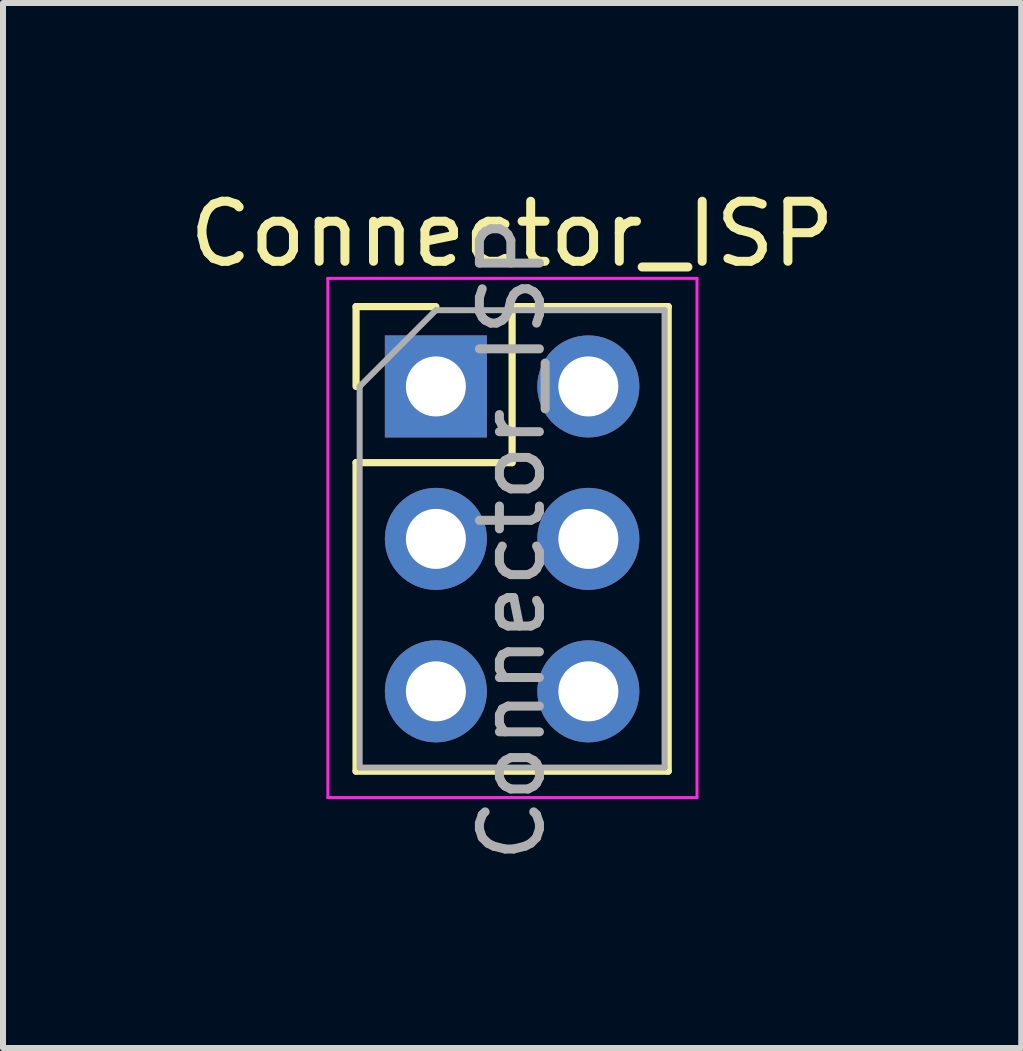
<source format=kicad_pcb>
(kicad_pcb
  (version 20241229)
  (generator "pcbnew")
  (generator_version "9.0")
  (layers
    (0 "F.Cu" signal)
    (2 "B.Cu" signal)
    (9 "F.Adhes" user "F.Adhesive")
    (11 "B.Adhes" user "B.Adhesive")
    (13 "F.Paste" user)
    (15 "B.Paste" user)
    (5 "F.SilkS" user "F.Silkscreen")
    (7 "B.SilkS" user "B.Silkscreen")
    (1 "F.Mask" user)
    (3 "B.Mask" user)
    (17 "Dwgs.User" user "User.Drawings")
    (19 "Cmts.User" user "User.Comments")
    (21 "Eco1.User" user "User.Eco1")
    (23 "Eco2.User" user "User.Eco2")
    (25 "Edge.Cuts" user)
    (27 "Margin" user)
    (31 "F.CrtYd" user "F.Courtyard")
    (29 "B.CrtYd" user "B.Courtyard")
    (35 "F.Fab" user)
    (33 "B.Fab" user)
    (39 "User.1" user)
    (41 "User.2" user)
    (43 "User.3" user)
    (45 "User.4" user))
  (footprint "Connector_ISP"
    (layer "F.Cu")
    (at 5.482 5.928)
    (property "Reference" "Connector_ISP" (at 0 -5.08 0) (layer "F.SilkS") (effects (font (size 1 1) (thickness 0.15))))
    (attr through_hole)
    (fp_line (start -2.6 -3.87) (end -1.27 -3.87) (stroke (width 0.12) (type solid)) (layer "F.SilkS"))
    (fp_line (start -2.6 -2.54) (end -2.6 -3.87) (stroke (width 0.12) (type solid)) (layer "F.SilkS"))
    (fp_line (start -2.6 -1.27) (end -2.6 3.87) (stroke (width 0.12) (type solid)) (layer "F.SilkS"))
    (fp_line (start -2.6 -1.27) (end 0 -1.27) (stroke (width 0.12) (type solid)) (layer "F.SilkS"))
    (fp_line (start -2.6 3.87) (end 2.6 3.87) (stroke (width 0.12) (type solid)) (layer "F.SilkS"))
    (fp_line (start 0 -3.87) (end 2.6 -3.87) (stroke (width 0.12) (type solid)) (layer "F.SilkS"))
    (fp_line (start 0 -1.27) (end 0 -3.87) (stroke (width 0.12) (type solid)) (layer "F.SilkS"))
    (fp_line (start 2.6 -3.87) (end 2.6 3.87) (stroke (width 0.12) (type solid)) (layer "F.SilkS"))
    (fp_line (start -3.07 -4.34) (end -3.07 4.31) (stroke (width 0.05) (type solid)) (layer "F.CrtYd"))
    (fp_line (start -3.07 4.31) (end 3.08 4.31) (stroke (width 0.05) (type solid)) (layer "F.CrtYd"))
    (fp_line (start 3.08 -4.34) (end -3.07 -4.34) (stroke (width 0.05) (type solid)) (layer "F.CrtYd"))
    (fp_line (start 3.08 4.31) (end 3.08 -4.34) (stroke (width 0.05) (type solid)) (layer "F.CrtYd"))
    (fp_line (start -2.54 -2.54) (end -1.27 -3.81) (stroke (width 0.1) (type solid)) (layer "F.Fab"))
    (fp_line (start -2.54 3.81) (end -2.54 -2.54) (stroke (width 0.1) (type solid)) (layer "F.Fab"))
    (fp_line (start -1.27 -3.81) (end 2.54 -3.81) (stroke (width 0.1) (type solid)) (layer "F.Fab"))
    (fp_line (start 2.54 -3.81) (end 2.54 3.81) (stroke (width 0.1) (type solid)) (layer "F.Fab"))
    (fp_line (start 2.54 3.81) (end -2.54 3.81) (stroke (width 0.1) (type solid)) (layer "F.Fab"))
    (fp_text user "${REFERENCE}" (at 0 0 90) (layer "F.Fab") (effects (font (size 1 1) (thickness 0.15))))
    (pad "1" thru_hole rect (at -1.27 -2.54) (size 1.7 1.7) (drill 1) (layers "*.Cu" "*.Mask"))
    (pad "2" thru_hole oval (at 1.27 -2.54) (size 1.7 1.7) (drill 1) (layers "*.Cu" "*.Mask"))
    (pad "3" thru_hole oval (at -1.27 0) (size 1.7 1.7) (drill 1) (layers "*.Cu" "*.Mask"))
    (pad "4" thru_hole oval (at 1.27 0) (size 1.7 1.7) (drill 1) (layers "*.Cu" "*.Mask"))
    (pad "5" thru_hole oval (at -1.27 2.54) (size 1.7 1.7) (drill 1) (layers "*.Cu" "*.Mask"))
    (pad "6" thru_hole oval (at 1.27 2.54) (size 1.7 1.7) (drill 1) (layers "*.Cu" "*.Mask")))
  (gr_rect
    (start -3 -3)
    (end 13.964 14.41)
    (stroke (width 0.1) (type default))
    (fill no)
    (layer "Edge.Cuts")))
</source>
